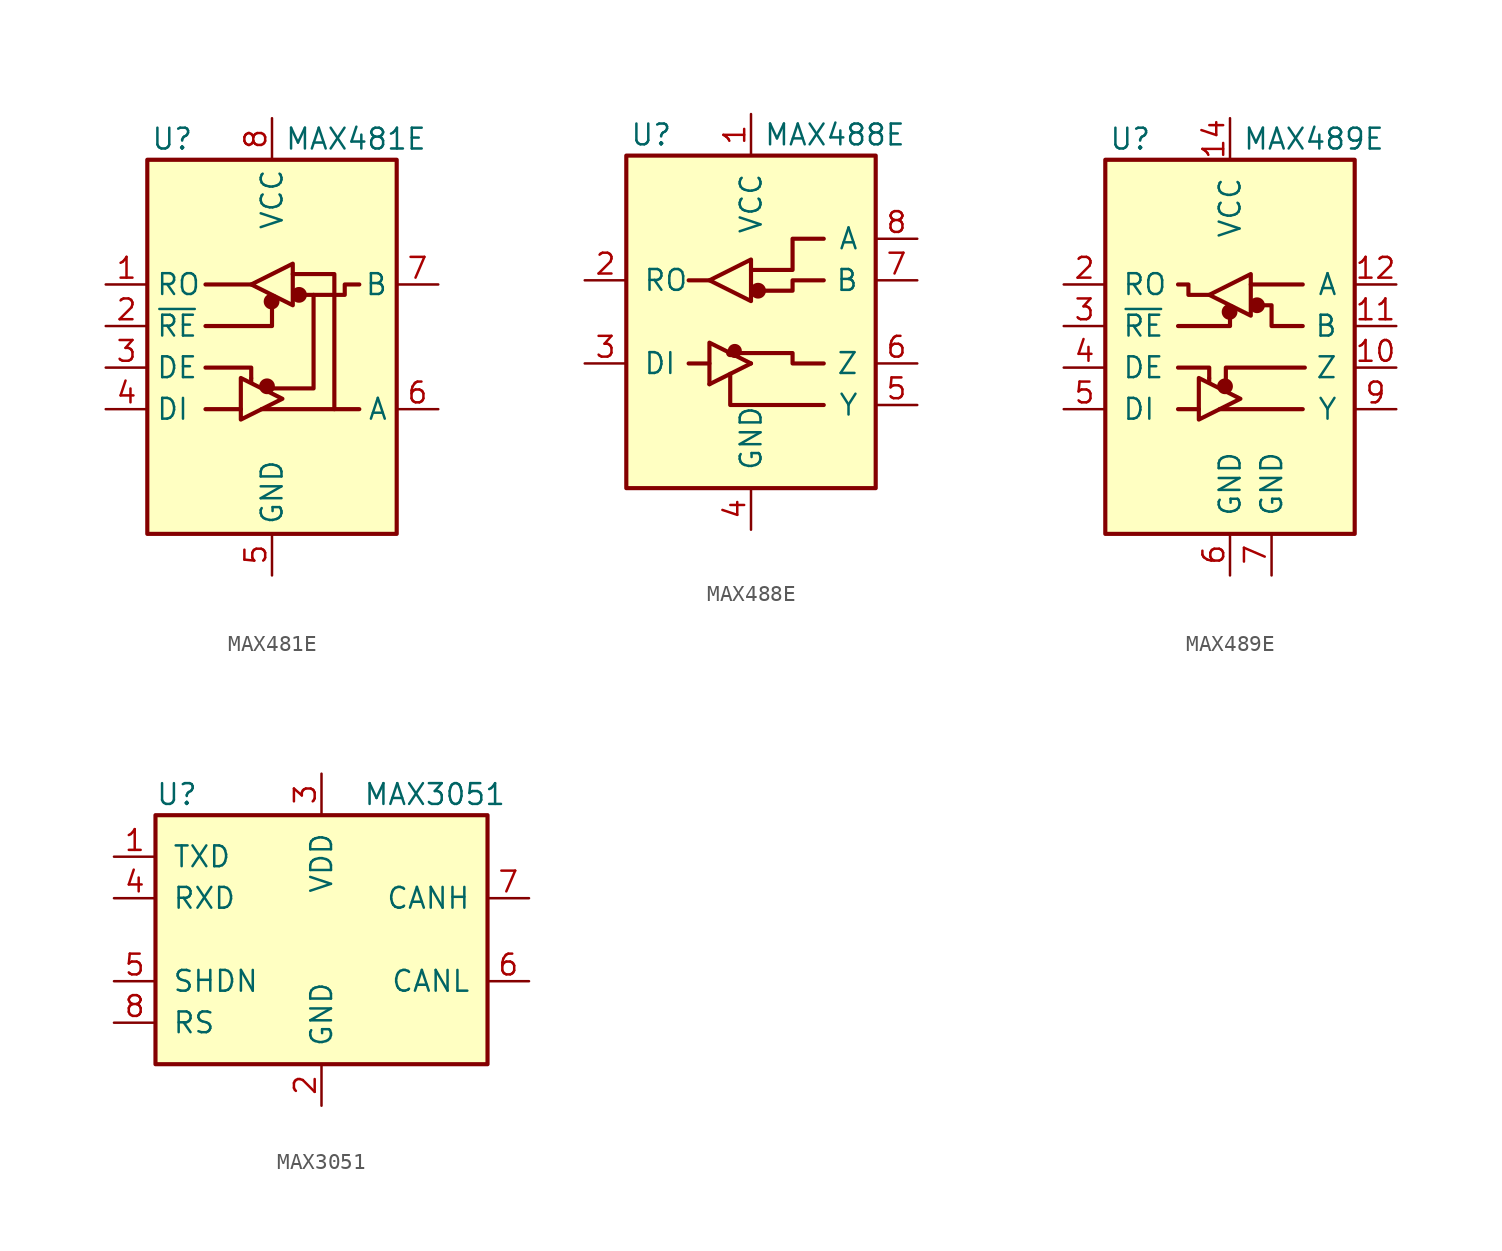
<source format=kicad_sym>
(kicad_symbol_lib
  (version 20220914)
  (generator kicad_symbol_editor)
  (symbol "MAX481E"
    (property "Reference" "U"
      (at -6.096 11.43 0)
      (effects (font (size 1.27 1.27))))
    (property "Value" "MAX481E"
      (at 0.762 11.43 0)
      (effects (font (size 1.27 1.27)) (justify left)))
    (symbol "MAX481E_0_1"
      (rectangle (start -7.62 10.16) (end 7.62 -12.7) (stroke (width 0.254) (type default)) (fill (type background)))
      (circle (center -0.305 -3.683) (radius 0.356) (stroke (width 0.254) (type default)) (fill (type outline)))
      (circle (center -0.025 1.499) (radius 0.356) (stroke (width 0.254) (type default)) (fill (type outline)))
      (polyline (pts (xy -4.064 -5.08) (xy -1.905 -5.08)) (stroke (width 0.254) (type default)) (fill (type none)))
      (polyline (pts (xy -4.064 2.54) (xy -1.27 2.54)) (stroke (width 0.254) (type default)) (fill (type none)))
      (polyline (pts (xy -1.27 -3.2) (xy -1.27 -3.454)) (stroke (width 0.254) (type default)) (fill (type none)))
      (polyline (pts (xy -0.635 -5.08) (xy 5.334 -5.08)) (stroke (width 0.254) (type default)) (fill (type none)))
      (polyline (pts (xy -4.064 -2.54) (xy -1.27 -2.54) (xy -1.27 -3.175)) (stroke (width 0.254) (type default)) (fill (type none)))
      (polyline (pts (xy 0 1.27) (xy 0 0) (xy -4.064 0)) (stroke (width 0.254) (type default)) (fill (type none)))
      (polyline (pts (xy 1.27 3.175) (xy 3.81 3.175) (xy 3.81 -5.08)) (stroke (width 0.254) (type default)) (fill (type none)))
      (polyline (pts (xy 2.54 1.905) (xy 2.54 -3.81) (xy 0 -3.81)) (stroke (width 0.254) (type default)) (fill (type none)))
      (polyline (pts (xy -1.905 -3.175) (xy -1.905 -5.715) (xy 0.635 -4.445) (xy -1.905 -3.175)) (stroke (width 0.254) (type default)) (fill (type none)))
      (polyline (pts (xy -1.27 2.54) (xy 1.27 3.81) (xy 1.27 1.27) (xy -1.27 2.54)) (stroke (width 0.254) (type default)) (fill (type none)))
      (polyline (pts (xy 1.905 1.905) (xy 4.445 1.905) (xy 4.445 2.54) (xy 5.334 2.54)) (stroke (width 0.254) (type default)) (fill (type none)))
      (rectangle (start 1.27 3.175) (end 1.27 3.175) (stroke (width 0) (type default)) (fill (type none)))
      (circle (center 1.651 1.905) (radius 0.356) (stroke (width 0.254) (type default)) (fill (type outline))))
    (symbol "MAX481E_1_1"
      (pin output line (at -10.16 2.54 0) (length 2.54) (name "RO" (effects (font (size 1.27 1.27)))) (number "1" (effects (font (size 1.27 1.27)))))
      (pin input line (at -10.16 0 0) (length 2.54) (name "~{RE}" (effects (font (size 1.27 1.27)))) (number "2" (effects (font (size 1.27 1.27)))))
      (pin input line (at -10.16 -2.54 0) (length 2.54) (name "DE" (effects (font (size 1.27 1.27)))) (number "3" (effects (font (size 1.27 1.27)))))
      (pin input line (at -10.16 -5.08 0) (length 2.54) (name "DI" (effects (font (size 1.27 1.27)))) (number "4" (effects (font (size 1.27 1.27)))))
      (pin power_in line (at 0 -15.24 90) (length 2.54) (name "GND" (effects (font (size 1.27 1.27)))) (number "5" (effects (font (size 1.27 1.27)))))
      (pin bidirectional line (at 10.16 -5.08 180) (length 2.54) (name "A" (effects (font (size 1.27 1.27)))) (number "6" (effects (font (size 1.27 1.27)))))
      (pin bidirectional line (at 10.16 2.54 180) (length 2.54) (name "B" (effects (font (size 1.27 1.27)))) (number "7" (effects (font (size 1.27 1.27)))))
      (pin power_in line (at 0 12.7 270) (length 2.54) (name "VCC" (effects (font (size 1.27 1.27)))) (number "8" (effects (font (size 1.27 1.27)))))))
  (symbol "MAX488E"
    (pin_names
      (offset 1.016))
    (property "Reference" "U"
      (at -6.096 11.43 0)
      (effects (font (size 1.27 1.27))))
    (property "Value" "MAX488E"
      (at 0.762 11.43 0)
      (effects (font (size 1.27 1.27)) (justify left)))
    (symbol "MAX488E_0_1"
      (rectangle (start -7.62 10.16) (end 7.62 -10.16) (stroke (width 0.254) (type default)) (fill (type background)))
      (circle (center -1.27 -1.905) (radius 0.0001) (stroke (width 0.254) (type default)) (fill (type none)))
      (circle (center -0.991 -1.778) (radius 0.305) (stroke (width 0.254) (type default)) (fill (type outline)))
      (polyline (pts (xy -2.54 -3.81) (xy 0 -2.54)) (stroke (width 0.254) (type default)) (fill (type none)))
      (polyline (pts (xy -2.54 -2.54) (xy -3.81 -2.54)) (stroke (width 0.254) (type default)) (fill (type none)))
      (polyline (pts (xy -2.54 2.54) (xy -3.81 2.54)) (stroke (width 0.254) (type default)) (fill (type none)))
      (polyline (pts (xy -0.635 -1.905) (xy -1.27 -1.905)) (stroke (width 0) (type default)) (fill (type none)))
      (polyline (pts (xy -2.54 -3.81) (xy -2.54 -1.27) (xy 0 -2.54)) (stroke (width 0.254) (type default)) (fill (type none)))
      (polyline (pts (xy -1.27 -3.175) (xy -1.27 -5.08) (xy 4.445 -5.08)) (stroke (width 0.254) (type default)) (fill (type none)))
      (polyline (pts (xy -2.54 2.54) (xy 0 3.81) (xy 0 1.27) (xy -2.54 2.54)) (stroke (width 0.254) (type default)) (fill (type none)))
      (polyline (pts (xy -0.635 -1.905) (xy 2.54 -1.905) (xy 2.54 -2.54) (xy 4.445 -2.54)) (stroke (width 0.254) (type default)) (fill (type none)))
      (polyline (pts (xy 0 3.175) (xy 2.54 3.175) (xy 2.54 5.08) (xy 4.445 5.08)) (stroke (width 0.254) (type default)) (fill (type none)))
      (polyline (pts (xy 0.635 1.905) (xy 2.54 1.905) (xy 2.54 2.54) (xy 4.445 2.54)) (stroke (width 0.254) (type default)) (fill (type none)))
      (circle (center 0.432 1.905) (radius 0.356) (stroke (width 0.254) (type default)) (fill (type outline))))
    (symbol "MAX488E_1_1"
      (pin power_in line (at 0 12.7 270) (length 2.54) (name "VCC" (effects (font (size 1.27 1.27)))) (number "1" (effects (font (size 1.27 1.27)))))
      (pin output line (at -10.16 2.54 0) (length 2.54) (name "RO" (effects (font (size 1.27 1.27)))) (number "2" (effects (font (size 1.27 1.27)))))
      (pin input line (at -10.16 -2.54 0) (length 2.54) (name "DI" (effects (font (size 1.27 1.27)))) (number "3" (effects (font (size 1.27 1.27)))))
      (pin power_in line (at 0 -12.7 90) (length 2.54) (name "GND" (effects (font (size 1.27 1.27)))) (number "4" (effects (font (size 1.27 1.27)))))
      (pin output line (at 10.16 -5.08 180) (length 2.54) (name "Y" (effects (font (size 1.27 1.27)))) (number "5" (effects (font (size 1.27 1.27)))))
      (pin output line (at 10.16 -2.54 180) (length 2.54) (name "Z" (effects (font (size 1.27 1.27)))) (number "6" (effects (font (size 1.27 1.27)))))
      (pin input line (at 10.16 2.54 180) (length 2.54) (name "B" (effects (font (size 1.27 1.27)))) (number "7" (effects (font (size 1.27 1.27)))))
      (pin input line (at 10.16 5.08 180) (length 2.54) (name "A" (effects (font (size 1.27 1.27)))) (number "8" (effects (font (size 1.27 1.27)))))))
  (symbol "MAX489E"
    (pin_names
      (offset 1.016))
    (property "Reference" "U"
      (at -6.096 11.43 0)
      (effects (font (size 1.27 1.27))))
    (property "Value" "MAX489E"
      (at 0.762 11.43 0)
      (effects (font (size 1.27 1.27)) (justify left)))
    (symbol "MAX489E_0_1"
      (rectangle (start -7.62 10.16) (end 7.62 -12.7) (stroke (width 0.254) (type default)) (fill (type background)))
      (circle (center -0.305 -3.683) (radius 0.356) (stroke (width 0.254) (type default)) (fill (type outline)))
      (circle (center -0.025 0.864) (radius 0.356) (stroke (width 0.254) (type default)) (fill (type outline)))
      (polyline (pts (xy -3.175 -5.08) (xy -1.905 -5.08)) (stroke (width 0.254) (type default)) (fill (type none)))
      (polyline (pts (xy -1.27 -3.2) (xy -1.27 -3.454)) (stroke (width 0.254) (type default)) (fill (type none)))
      (polyline (pts (xy -0.635 -5.08) (xy 4.445 -5.08)) (stroke (width 0.254) (type default)) (fill (type none)))
      (polyline (pts (xy 1.27 2.54) (xy 4.445 2.54)) (stroke (width 0.254) (type default)) (fill (type none)))
      (polyline (pts (xy -3.175 -2.54) (xy -1.27 -2.54) (xy -1.27 -3.175)) (stroke (width 0.254) (type default)) (fill (type none)))
      (polyline (pts (xy -0.254 -3.556) (xy -0.254 -2.54) (xy 4.572 -2.54)) (stroke (width 0.254) (type default)) (fill (type none)))
      (polyline (pts (xy 0 0.635) (xy 0 0) (xy -3.175 0)) (stroke (width 0.254) (type default)) (fill (type none)))
      (polyline (pts (xy -1.905 -3.175) (xy -1.905 -5.715) (xy 0.635 -4.445) (xy -1.905 -3.175)) (stroke (width 0.254) (type default)) (fill (type none)))
      (polyline (pts (xy -1.27 1.905) (xy -2.54 1.905) (xy -2.54 2.54) (xy -3.175 2.54)) (stroke (width 0.254) (type default)) (fill (type none)))
      (polyline (pts (xy -1.27 1.905) (xy 1.27 3.175) (xy 1.27 0.635) (xy -1.27 1.905)) (stroke (width 0.254) (type default)) (fill (type none)))
      (polyline (pts (xy 1.905 1.27) (xy 2.54 1.27) (xy 2.54 0) (xy 4.445 0)) (stroke (width 0.254) (type default)) (fill (type none)))
      (circle (center 1.651 1.27) (radius 0.356) (stroke (width 0.254) (type default)) (fill (type outline))))
    (symbol "MAX489E_1_1"
      (pin no_connect line (at -7.62 7.62 0) (length 2.54) hide (name "NC" (effects (font (size 1.27 1.27)))) (number "1" (effects (font (size 1.27 1.27)))))
      (pin output line (at 10.16 -2.54 180) (length 2.54) (name "Z" (effects (font (size 1.27 1.27)))) (number "10" (effects (font (size 1.27 1.27)))))
      (pin input line (at 10.16 0 180) (length 2.54) (name "B" (effects (font (size 1.27 1.27)))) (number "11" (effects (font (size 1.27 1.27)))))
      (pin input line (at 10.16 2.54 180) (length 2.54) (name "A" (effects (font (size 1.27 1.27)))) (number "12" (effects (font (size 1.27 1.27)))))
      (pin no_connect line (at 7.62 7.62 180) (length 2.54) hide (name "NC" (effects (font (size 1.27 1.27)))) (number "13" (effects (font (size 1.27 1.27)))))
      (pin power_in line (at 0 12.7 270) (length 2.54) (name "VCC" (effects (font (size 1.27 1.27)))) (number "14" (effects (font (size 1.27 1.27)))))
      (pin output line (at -10.16 2.54 0) (length 2.54) (name "RO" (effects (font (size 1.27 1.27)))) (number "2" (effects (font (size 1.27 1.27)))))
      (pin input line (at -10.16 0 0) (length 2.54) (name "~{RE}" (effects (font (size 1.27 1.27)))) (number "3" (effects (font (size 1.27 1.27)))))
      (pin input line (at -10.16 -2.54 0) (length 2.54) (name "DE" (effects (font (size 1.27 1.27)))) (number "4" (effects (font (size 1.27 1.27)))))
      (pin input line (at -10.16 -5.08 0) (length 2.54) (name "DI" (effects (font (size 1.27 1.27)))) (number "5" (effects (font (size 1.27 1.27)))))
      (pin power_in line (at 0 -15.24 90) (length 2.54) (name "GND" (effects (font (size 1.27 1.27)))) (number "6" (effects (font (size 1.27 1.27)))))
      (pin power_in line (at 2.54 -15.24 90) (length 2.54) (name "GND" (effects (font (size 1.27 1.27)))) (number "7" (effects (font (size 1.27 1.27)))))
      (pin no_connect line (at 7.62 -10.16 180) (length 2.54) hide (name "NC" (effects (font (size 1.27 1.27)))) (number "8" (effects (font (size 1.27 1.27)))))
      (pin output line (at 10.16 -5.08 180) (length 2.54) (name "Y" (effects (font (size 1.27 1.27)))) (number "9" (effects (font (size 1.27 1.27)))))))
  (symbol "MAX3051"
    (pin_names
      (offset 1.016))
    (property "Reference" "U"
      (at -10.16 8.89 0)
      (effects (font (size 1.27 1.27)) (justify left)))
    (property "Value" "MAX3051"
      (at 2.54 8.89 0)
      (effects (font (size 1.27 1.27)) (justify left)))
    (symbol "MAX3051_0_1"
      (rectangle (start -10.16 7.62) (end 10.16 -7.62) (stroke (width 0.254) (type default)) (fill (type background))))
    (symbol "MAX3051_1_1"
      (pin input line (at -12.7 5.08 0) (length 2.54) (name "TXD" (effects (font (size 1.27 1.27)))) (number "1" (effects (font (size 1.27 1.27)))))
      (pin power_in line (at 0 -10.16 90) (length 2.54) (name "GND" (effects (font (size 1.27 1.27)))) (number "2" (effects (font (size 1.27 1.27)))))
      (pin power_in line (at 0 10.16 270) (length 2.54) (name "VDD" (effects (font (size 1.27 1.27)))) (number "3" (effects (font (size 1.27 1.27)))))
      (pin output line (at -12.7 2.54 0) (length 2.54) (name "RXD" (effects (font (size 1.27 1.27)))) (number "4" (effects (font (size 1.27 1.27)))))
      (pin input line (at -12.7 -2.54 0) (length 2.54) (name "SHDN" (effects (font (size 1.27 1.27)))) (number "5" (effects (font (size 1.27 1.27)))))
      (pin bidirectional line (at 12.7 -2.54 180) (length 2.54) (name "CANL" (effects (font (size 1.27 1.27)))) (number "6" (effects (font (size 1.27 1.27)))))
      (pin bidirectional line (at 12.7 2.54 180) (length 2.54) (name "CANH" (effects (font (size 1.27 1.27)))) (number "7" (effects (font (size 1.27 1.27)))))
      (pin input line (at -12.7 -5.08 0) (length 2.54) (name "RS" (effects (font (size 1.27 1.27)))) (number "8" (effects (font (size 1.27 1.27))))))))
</source>
